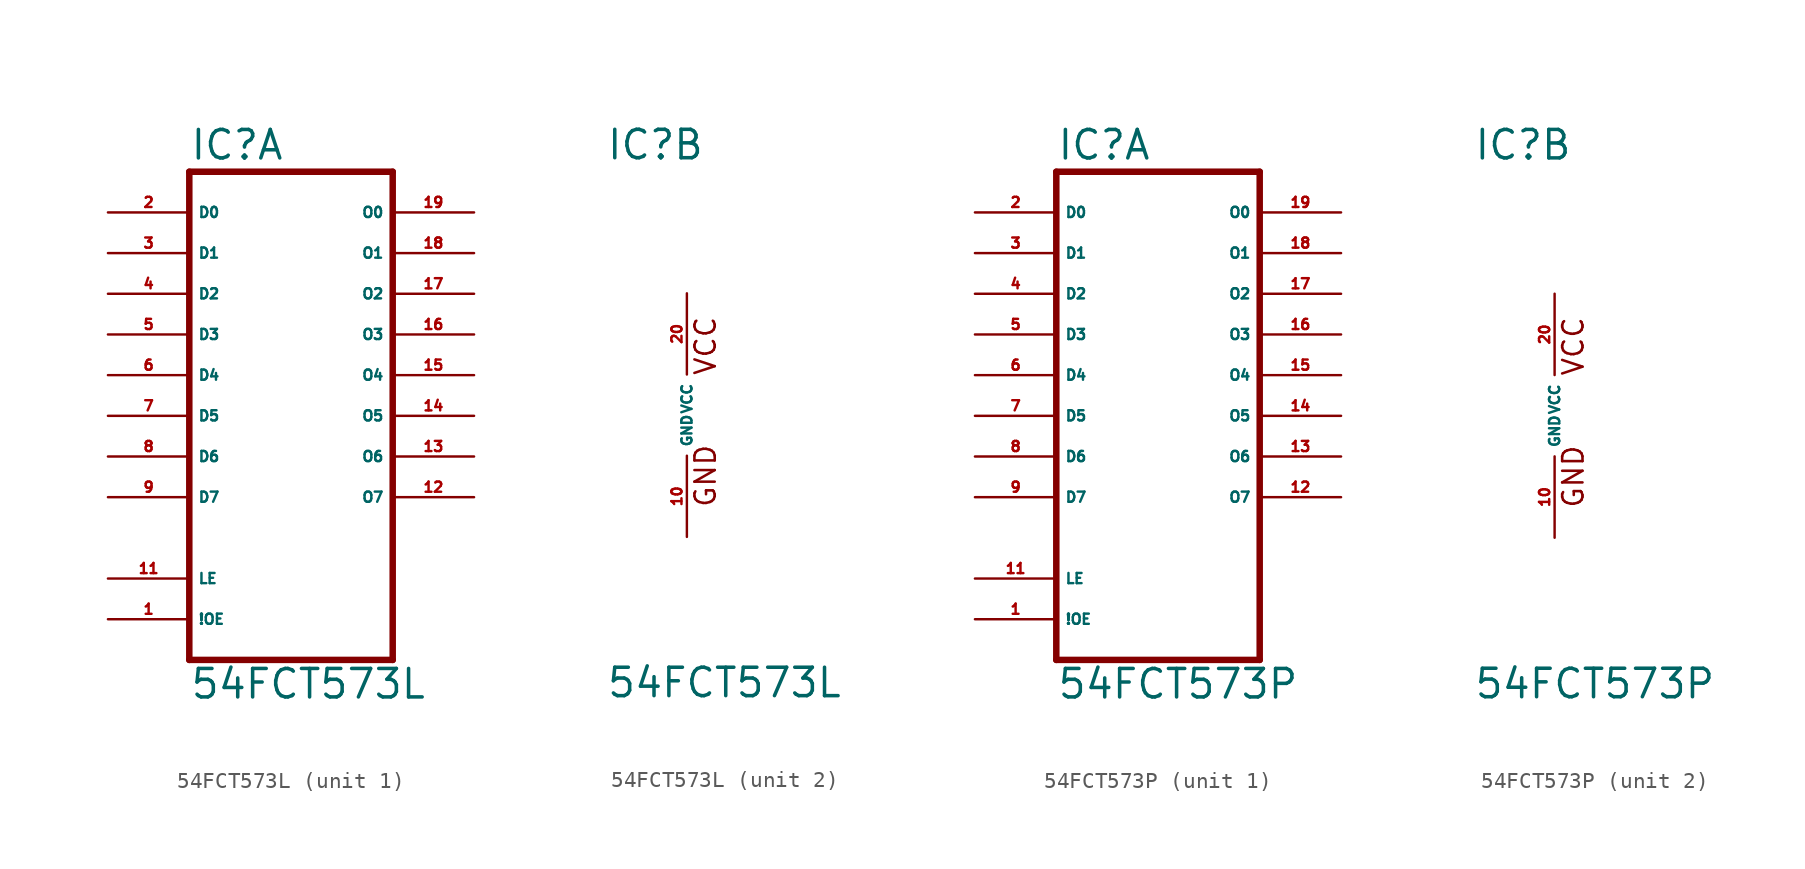
<source format=kicad_sym>
(kicad_symbol_lib
  (version 20220914)
  (generator Eagle2Kicad)
  (symbol "54FCT573L"
    (property "Reference" "IC"
      (at -5.08 15.875 0)
      (effects (font (size 1.778 1.778) (thickness 0.22)) (justify left bottom)))
    (property "Value" "54FCT573L"
      (at -5.08 -17.78 0)
      (effects (font (size 1.778 1.778) (thickness 0.22)) (justify left bottom)))
    (symbol "54FCT573L_1_0"
      (polyline (pts (xy -5.08 -15.24) (xy 7.62 -15.24)) (stroke (width 0.406) (type default)) (fill (type none)))
      (polyline (pts (xy 7.62 -15.24) (xy 7.62 15.24)) (stroke (width 0.406) (type default)) (fill (type none)))
      (polyline (pts (xy 7.62 15.24) (xy -5.08 15.24)) (stroke (width 0.406) (type default)) (fill (type none)))
      (polyline (pts (xy -5.08 15.24) (xy -5.08 -15.24)) (stroke (width 0.406) (type default)) (fill (type none)))
      (pin input line (at -10.16 12.7 0) (length 5.08) (name "D0" (effects (font (size 0.635 0.635) (thickness 0.08)) (justify left bottom))) (number "2" (effects (font (size 0.635 0.635) (thickness 0.08)) (justify left bottom))))
      (pin input line (at -10.16 10.16 0) (length 5.08) (name "D1" (effects (font (size 0.635 0.635) (thickness 0.08)) (justify left bottom))) (number "3" (effects (font (size 0.635 0.635) (thickness 0.08)) (justify left bottom))))
      (pin input line (at -10.16 7.62 0) (length 5.08) (name "D2" (effects (font (size 0.635 0.635) (thickness 0.08)) (justify left bottom))) (number "4" (effects (font (size 0.635 0.635) (thickness 0.08)) (justify left bottom))))
      (pin input line (at -10.16 5.08 0) (length 5.08) (name "D3" (effects (font (size 0.635 0.635) (thickness 0.08)) (justify left bottom))) (number "5" (effects (font (size 0.635 0.635) (thickness 0.08)) (justify left bottom))))
      (pin input line (at -10.16 2.54 0) (length 5.08) (name "D4" (effects (font (size 0.635 0.635) (thickness 0.08)) (justify left bottom))) (number "6" (effects (font (size 0.635 0.635) (thickness 0.08)) (justify left bottom))))
      (pin input line (at -10.16 0 0) (length 5.08) (name "D5" (effects (font (size 0.635 0.635) (thickness 0.08)) (justify left bottom))) (number "7" (effects (font (size 0.635 0.635) (thickness 0.08)) (justify left bottom))))
      (pin input line (at -10.16 -2.54 0) (length 5.08) (name "D6" (effects (font (size 0.635 0.635) (thickness 0.08)) (justify left bottom))) (number "8" (effects (font (size 0.635 0.635) (thickness 0.08)) (justify left bottom))))
      (pin input line (at -10.16 -5.08 0) (length 5.08) (name "D7" (effects (font (size 0.635 0.635) (thickness 0.08)) (justify left bottom))) (number "9" (effects (font (size 0.635 0.635) (thickness 0.08)) (justify left bottom))))
      (pin input line (at -10.16 -10.16 0) (length 5.08) (name "LE" (effects (font (size 0.635 0.635) (thickness 0.08)) (justify left bottom))) (number "11" (effects (font (size 0.635 0.635) (thickness 0.08)) (justify left bottom))))
      (pin input line (at -10.16 -12.7 0) (length 5.08) (name "!OE" (effects (font (size 0.635 0.635) (thickness 0.08)) (justify left bottom))) (number "1" (effects (font (size 0.635 0.635) (thickness 0.08)) (justify left bottom))))
      (pin output line (at 12.7 12.7 180) (length 5.08) (name "O0" (effects (font (size 0.635 0.635) (thickness 0.08)) (justify left bottom))) (number "19" (effects (font (size 0.635 0.635) (thickness 0.08)) (justify left bottom))))
      (pin output line (at 12.7 10.16 180) (length 5.08) (name "O1" (effects (font (size 0.635 0.635) (thickness 0.08)) (justify left bottom))) (number "18" (effects (font (size 0.635 0.635) (thickness 0.08)) (justify left bottom))))
      (pin output line (at 12.7 7.62 180) (length 5.08) (name "O2" (effects (font (size 0.635 0.635) (thickness 0.08)) (justify left bottom))) (number "17" (effects (font (size 0.635 0.635) (thickness 0.08)) (justify left bottom))))
      (pin output line (at 12.7 5.08 180) (length 5.08) (name "O3" (effects (font (size 0.635 0.635) (thickness 0.08)) (justify left bottom))) (number "16" (effects (font (size 0.635 0.635) (thickness 0.08)) (justify left bottom))))
      (pin output line (at 12.7 2.54 180) (length 5.08) (name "O4" (effects (font (size 0.635 0.635) (thickness 0.08)) (justify left bottom))) (number "15" (effects (font (size 0.635 0.635) (thickness 0.08)) (justify left bottom))))
      (pin output line (at 12.7 0 180) (length 5.08) (name "O5" (effects (font (size 0.635 0.635) (thickness 0.08)) (justify left bottom))) (number "14" (effects (font (size 0.635 0.635) (thickness 0.08)) (justify left bottom))))
      (pin output line (at 12.7 -2.54 180) (length 5.08) (name "O6" (effects (font (size 0.635 0.635) (thickness 0.08)) (justify left bottom))) (number "13" (effects (font (size 0.635 0.635) (thickness 0.08)) (justify left bottom))))
      (pin output line (at 12.7 -5.08 180) (length 5.08) (name "O7" (effects (font (size 0.635 0.635) (thickness 0.08)) (justify left bottom))) (number "12" (effects (font (size 0.635 0.635) (thickness 0.08)) (justify left bottom)))))
    (symbol "54FCT573L_2_0"
      (text "GND" (at 1.905 -5.842 900) (effects (font (size 1.27 1.27) (thickness 0.16)) (justify left bottom)))
      (text "VCC" (at 1.905 2.413 900) (effects (font (size 1.27 1.27) (thickness 0.16)) (justify left bottom)))
      (pin unspecified line (at 0 7.62 270) (length 5.08) (name "VCC" (effects (font (size 0.635 0.635) (thickness 0.08)) (justify left bottom))) (number "20" (effects (font (size 0.635 0.635) (thickness 0.08)) (justify left bottom))))
      (pin unspecified line (at 0 -7.62 90) (length 5.08) (name "GND" (effects (font (size 0.635 0.635) (thickness 0.08)) (justify left bottom))) (number "10" (effects (font (size 0.635 0.635) (thickness 0.08)) (justify left bottom))))))
  (symbol "54FCT573P"
    (property "Reference" "IC"
      (at -5.08 15.875 0)
      (effects (font (size 1.778 1.778) (thickness 0.22)) (justify left bottom)))
    (property "Value" "54FCT573P"
      (at -5.08 -17.78 0)
      (effects (font (size 1.778 1.778) (thickness 0.22)) (justify left bottom)))
    (symbol "54FCT573P_1_0"
      (polyline (pts (xy -5.08 -15.24) (xy 7.62 -15.24)) (stroke (width 0.406) (type default)) (fill (type none)))
      (polyline (pts (xy 7.62 -15.24) (xy 7.62 15.24)) (stroke (width 0.406) (type default)) (fill (type none)))
      (polyline (pts (xy 7.62 15.24) (xy -5.08 15.24)) (stroke (width 0.406) (type default)) (fill (type none)))
      (polyline (pts (xy -5.08 15.24) (xy -5.08 -15.24)) (stroke (width 0.406) (type default)) (fill (type none)))
      (pin input line (at -10.16 12.7 0) (length 5.08) (name "D0" (effects (font (size 0.635 0.635) (thickness 0.08)) (justify left bottom))) (number "2" (effects (font (size 0.635 0.635) (thickness 0.08)) (justify left bottom))))
      (pin input line (at -10.16 10.16 0) (length 5.08) (name "D1" (effects (font (size 0.635 0.635) (thickness 0.08)) (justify left bottom))) (number "3" (effects (font (size 0.635 0.635) (thickness 0.08)) (justify left bottom))))
      (pin input line (at -10.16 7.62 0) (length 5.08) (name "D2" (effects (font (size 0.635 0.635) (thickness 0.08)) (justify left bottom))) (number "4" (effects (font (size 0.635 0.635) (thickness 0.08)) (justify left bottom))))
      (pin input line (at -10.16 5.08 0) (length 5.08) (name "D3" (effects (font (size 0.635 0.635) (thickness 0.08)) (justify left bottom))) (number "5" (effects (font (size 0.635 0.635) (thickness 0.08)) (justify left bottom))))
      (pin input line (at -10.16 2.54 0) (length 5.08) (name "D4" (effects (font (size 0.635 0.635) (thickness 0.08)) (justify left bottom))) (number "6" (effects (font (size 0.635 0.635) (thickness 0.08)) (justify left bottom))))
      (pin input line (at -10.16 0 0) (length 5.08) (name "D5" (effects (font (size 0.635 0.635) (thickness 0.08)) (justify left bottom))) (number "7" (effects (font (size 0.635 0.635) (thickness 0.08)) (justify left bottom))))
      (pin input line (at -10.16 -2.54 0) (length 5.08) (name "D6" (effects (font (size 0.635 0.635) (thickness 0.08)) (justify left bottom))) (number "8" (effects (font (size 0.635 0.635) (thickness 0.08)) (justify left bottom))))
      (pin input line (at -10.16 -5.08 0) (length 5.08) (name "D7" (effects (font (size 0.635 0.635) (thickness 0.08)) (justify left bottom))) (number "9" (effects (font (size 0.635 0.635) (thickness 0.08)) (justify left bottom))))
      (pin input line (at -10.16 -10.16 0) (length 5.08) (name "LE" (effects (font (size 0.635 0.635) (thickness 0.08)) (justify left bottom))) (number "11" (effects (font (size 0.635 0.635) (thickness 0.08)) (justify left bottom))))
      (pin input line (at -10.16 -12.7 0) (length 5.08) (name "!OE" (effects (font (size 0.635 0.635) (thickness 0.08)) (justify left bottom))) (number "1" (effects (font (size 0.635 0.635) (thickness 0.08)) (justify left bottom))))
      (pin output line (at 12.7 12.7 180) (length 5.08) (name "O0" (effects (font (size 0.635 0.635) (thickness 0.08)) (justify left bottom))) (number "19" (effects (font (size 0.635 0.635) (thickness 0.08)) (justify left bottom))))
      (pin output line (at 12.7 10.16 180) (length 5.08) (name "O1" (effects (font (size 0.635 0.635) (thickness 0.08)) (justify left bottom))) (number "18" (effects (font (size 0.635 0.635) (thickness 0.08)) (justify left bottom))))
      (pin output line (at 12.7 7.62 180) (length 5.08) (name "O2" (effects (font (size 0.635 0.635) (thickness 0.08)) (justify left bottom))) (number "17" (effects (font (size 0.635 0.635) (thickness 0.08)) (justify left bottom))))
      (pin output line (at 12.7 5.08 180) (length 5.08) (name "O3" (effects (font (size 0.635 0.635) (thickness 0.08)) (justify left bottom))) (number "16" (effects (font (size 0.635 0.635) (thickness 0.08)) (justify left bottom))))
      (pin output line (at 12.7 2.54 180) (length 5.08) (name "O4" (effects (font (size 0.635 0.635) (thickness 0.08)) (justify left bottom))) (number "15" (effects (font (size 0.635 0.635) (thickness 0.08)) (justify left bottom))))
      (pin output line (at 12.7 0 180) (length 5.08) (name "O5" (effects (font (size 0.635 0.635) (thickness 0.08)) (justify left bottom))) (number "14" (effects (font (size 0.635 0.635) (thickness 0.08)) (justify left bottom))))
      (pin output line (at 12.7 -2.54 180) (length 5.08) (name "O6" (effects (font (size 0.635 0.635) (thickness 0.08)) (justify left bottom))) (number "13" (effects (font (size 0.635 0.635) (thickness 0.08)) (justify left bottom))))
      (pin output line (at 12.7 -5.08 180) (length 5.08) (name "O7" (effects (font (size 0.635 0.635) (thickness 0.08)) (justify left bottom))) (number "12" (effects (font (size 0.635 0.635) (thickness 0.08)) (justify left bottom)))))
    (symbol "54FCT573P_2_0"
      (text "GND" (at 1.905 -5.842 900) (effects (font (size 1.27 1.27) (thickness 0.16)) (justify left bottom)))
      (text "VCC" (at 1.905 2.413 900) (effects (font (size 1.27 1.27) (thickness 0.16)) (justify left bottom)))
      (pin unspecified line (at 0 7.62 270) (length 5.08) (name "VCC" (effects (font (size 0.635 0.635) (thickness 0.08)) (justify left bottom))) (number "20" (effects (font (size 0.635 0.635) (thickness 0.08)) (justify left bottom))))
      (pin unspecified line (at 0 -7.62 90) (length 5.08) (name "GND" (effects (font (size 0.635 0.635) (thickness 0.08)) (justify left bottom))) (number "10" (effects (font (size 0.635 0.635) (thickness 0.08)) (justify left bottom)))))))
</source>
